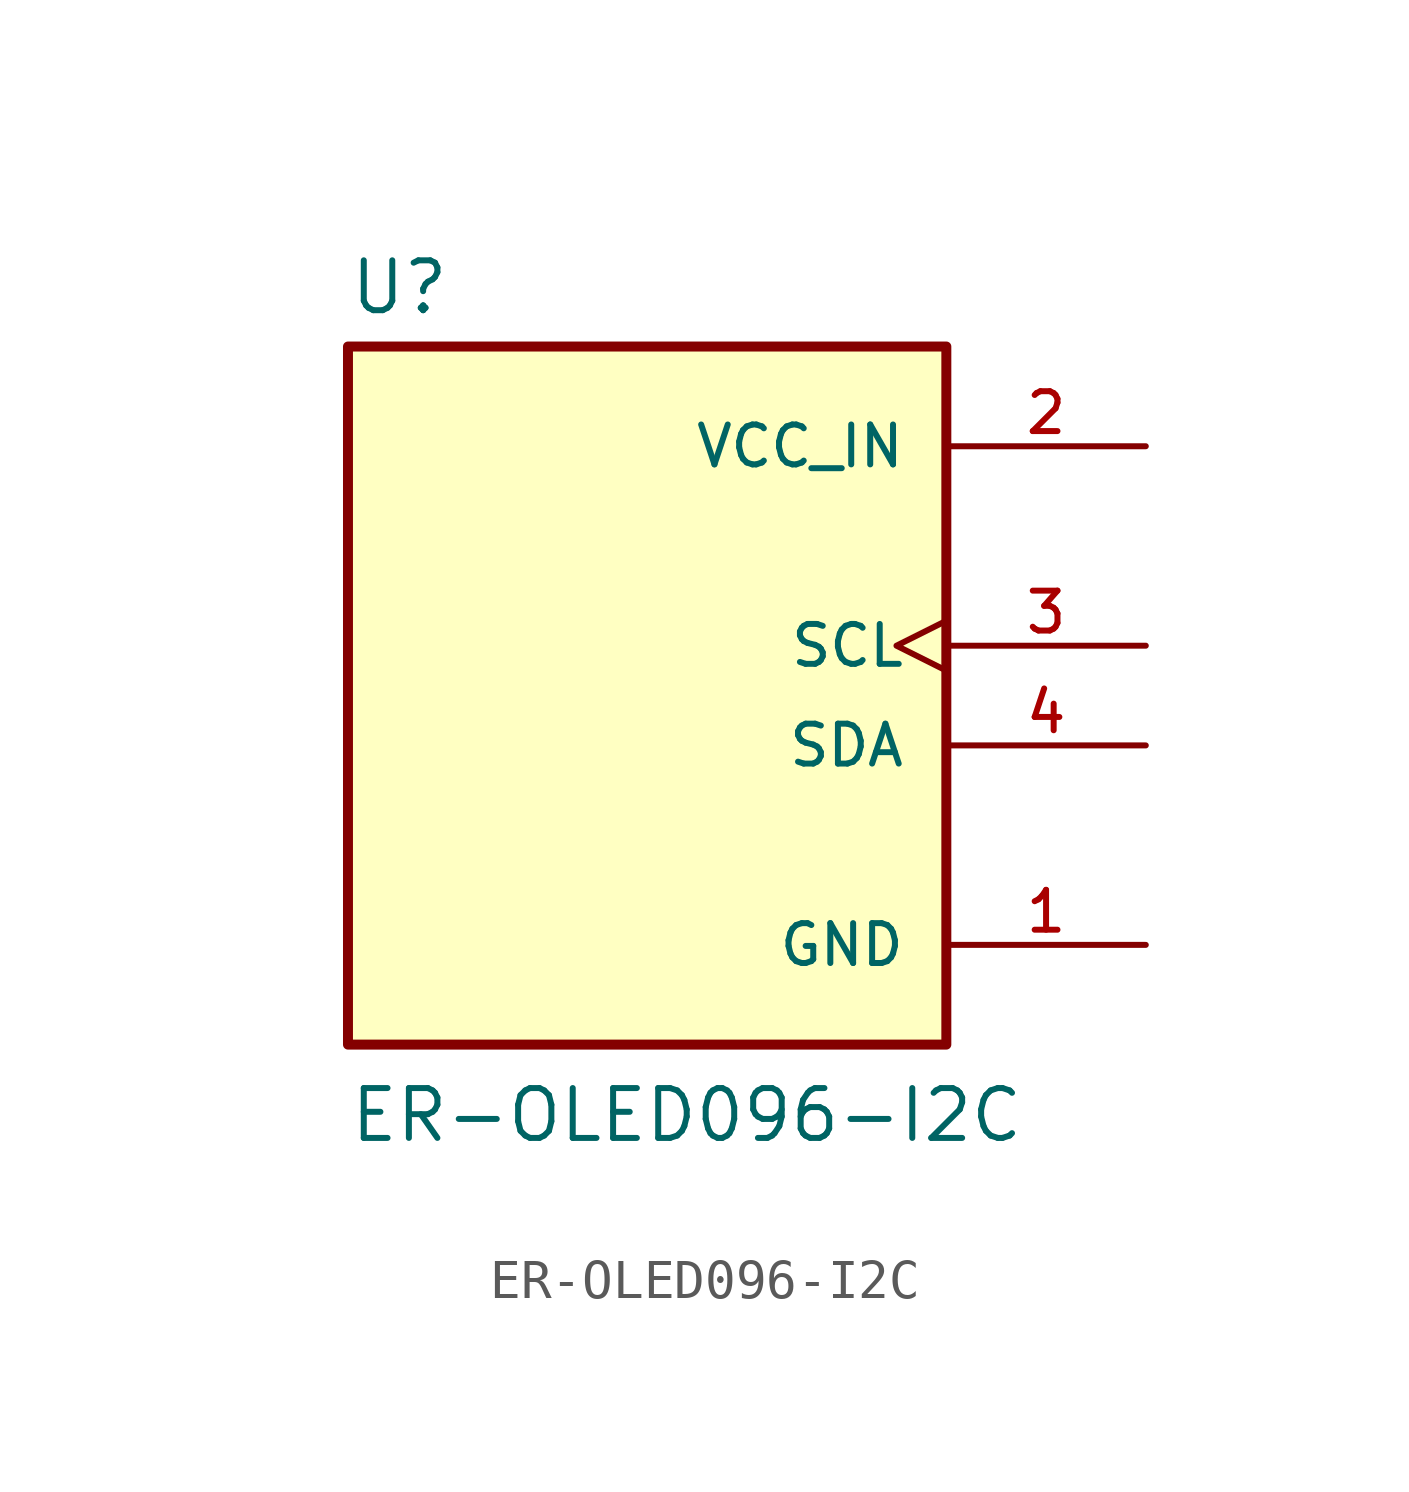
<source format=kicad_sym>
(kicad_symbol_lib
  (version 20241209)
  (generator "kicad_symbol_editor")
  (generator_version "9.0")
  (symbol "ER-OLED096-I2C"
    (pin_names
      (offset 1.016))
    (property "Reference" "U"
      (at -7.62 10.922 0)
      (effects (font (size 1.27 1.27)) (justify left bottom)))
    (property "Value" "ER-OLED096-I2C"
      (at -7.62 -10.16 0)
      (effects (font (size 1.27 1.27)) (justify left bottom)))
    (symbol "ER-OLED096-I2C_0_0"
      (rectangle (start -7.62 10.16) (end 7.62 -7.62) (stroke (width 0.254) (type default)) (fill (type background)))
      (pin power_in line (at 12.7 7.62 180) (length 5.08) (name "VCC_IN" (effects (font (size 1.016 1.016)))) (number "2" (effects (font (size 1.016 1.016)))))
      (pin input clock (at 12.7 2.54 180) (length 5.08) (name "SCL" (effects (font (size 1.016 1.016)))) (number "3" (effects (font (size 1.016 1.016)))))
      (pin bidirectional line (at 12.7 0 180) (length 5.08) (name "SDA" (effects (font (size 1.016 1.016)))) (number "4" (effects (font (size 1.016 1.016)))))
      (pin power_in line (at 12.7 -5.08 180) (length 5.08) (name "GND" (effects (font (size 1.016 1.016)))) (number "1" (effects (font (size 1.016 1.016))))))
    (symbol "ER-OLED096-I2C_1_1"
      (pin no_connect line (at -7.62 7.62 180) (length 2.54) (hide yes) (name "S1" (effects (font (size 1.27 1.27)))) (number "S1" (effects (font (size 1.27 1.27)))))
      (pin no_connect line (at -7.62 6.35 180) (length 2.54) (hide yes) (name "S2" (effects (font (size 1.27 1.27)))) (number "S2" (effects (font (size 1.27 1.27)))))
      (pin no_connect line (at -7.62 5.08 180) (length 2.54) (hide yes) (name "S3" (effects (font (size 1.27 1.27)))) (number "S3" (effects (font (size 1.27 1.27)))))
      (pin no_connect line (at -7.62 3.81 180) (length 2.54) (hide yes) (name "S4" (effects (font (size 1.27 1.27)))) (number "S4" (effects (font (size 1.27 1.27))))))))
</source>
